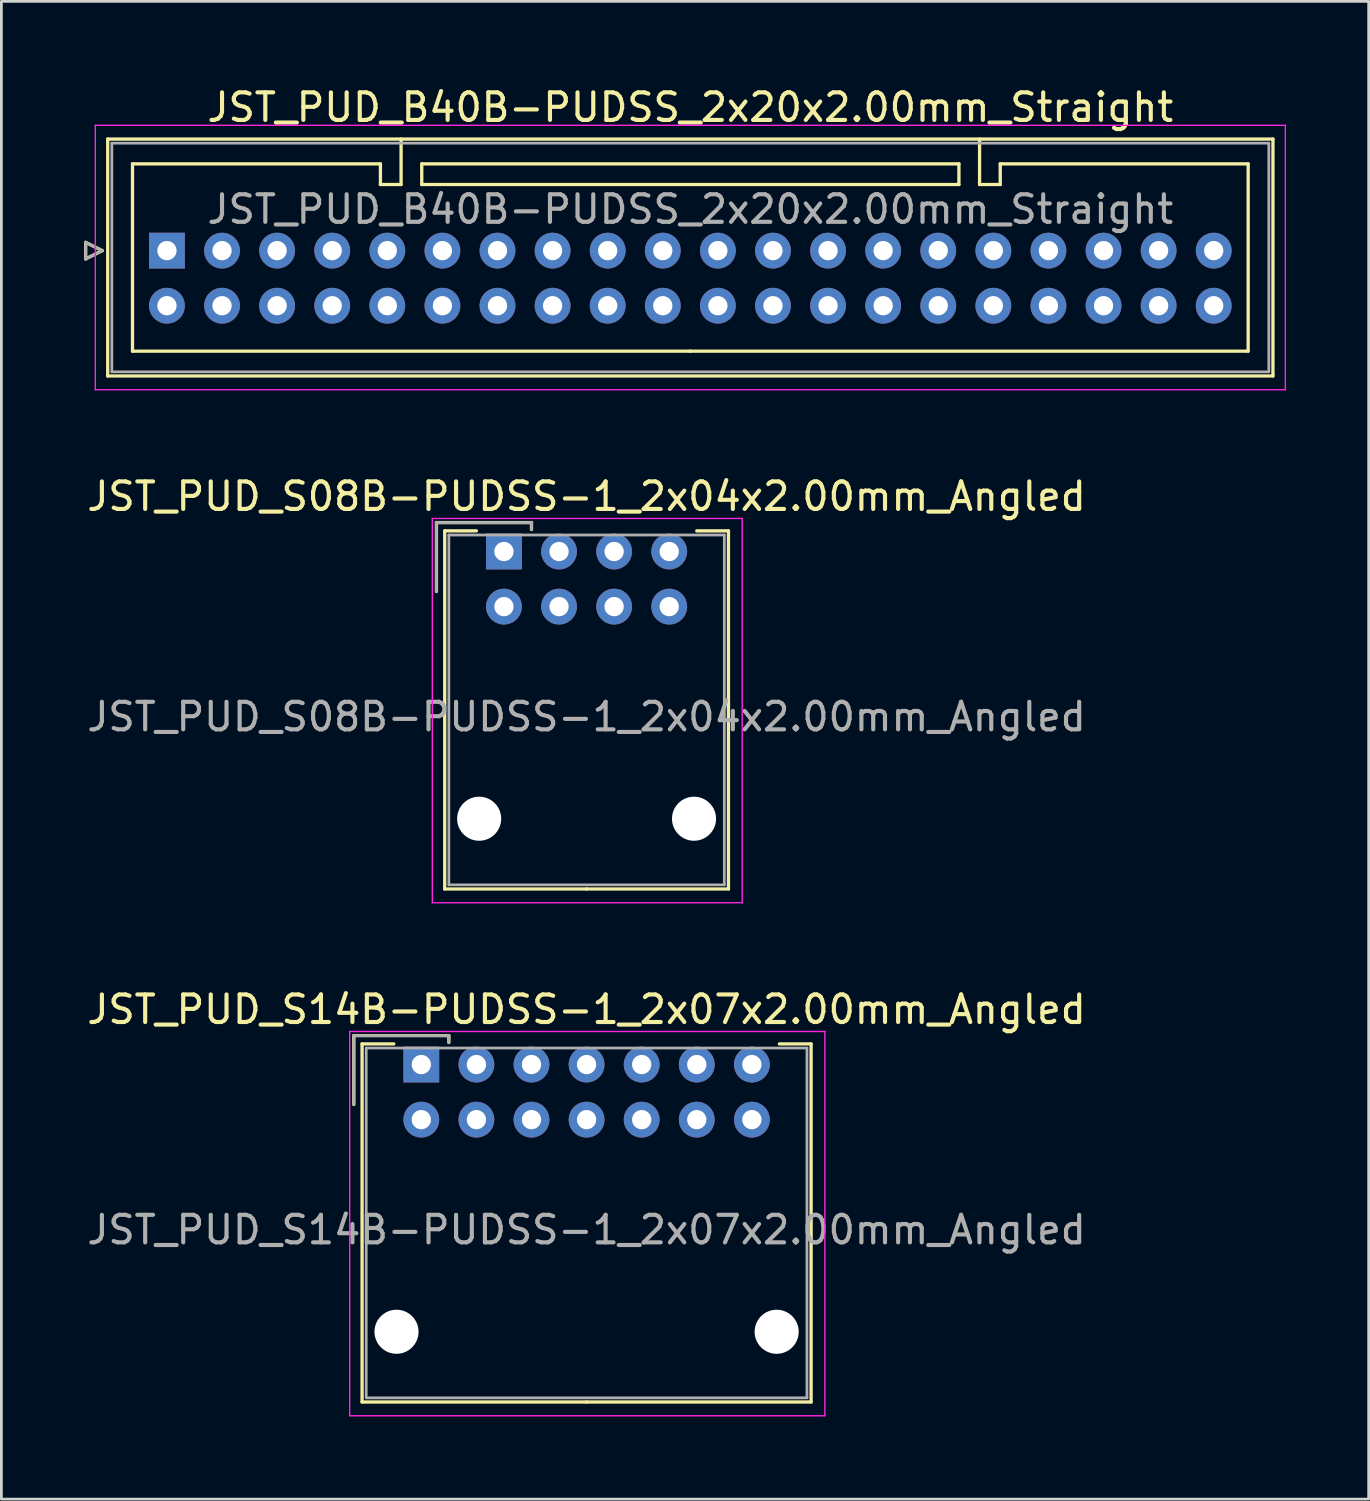
<source format=kicad_pcb>
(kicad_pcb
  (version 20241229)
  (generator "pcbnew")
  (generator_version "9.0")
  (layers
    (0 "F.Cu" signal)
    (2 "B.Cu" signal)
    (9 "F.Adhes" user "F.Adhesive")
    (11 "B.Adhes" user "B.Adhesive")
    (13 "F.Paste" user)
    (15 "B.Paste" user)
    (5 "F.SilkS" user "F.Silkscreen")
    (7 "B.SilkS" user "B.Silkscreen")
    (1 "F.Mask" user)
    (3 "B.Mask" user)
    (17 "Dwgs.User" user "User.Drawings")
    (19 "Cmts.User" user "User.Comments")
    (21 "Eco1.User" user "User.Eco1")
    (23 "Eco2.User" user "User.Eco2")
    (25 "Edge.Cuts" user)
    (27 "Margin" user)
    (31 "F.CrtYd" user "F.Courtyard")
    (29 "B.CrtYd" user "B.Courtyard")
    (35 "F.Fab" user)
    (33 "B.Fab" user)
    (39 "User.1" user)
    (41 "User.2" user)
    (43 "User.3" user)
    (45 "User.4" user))
  (footprint "JST_PUD_B40B-PUDSS_2x20x2.00mm_Straight"
    (layer "F.Cu")
    (at 3.01 6.048)
    (property "Reference" "JST_PUD_B40B-PUDSS_2x20x2.00mm_Straight" (at 19 -5.2 0) (layer "F.SilkS") (effects (font (size 1 1) (thickness 0.15))))
    (attr through_hole)
    (fp_line (start -2.95 -0.3) (end -2.35 0) (stroke (width 0.12) (type solid)) (layer "F.SilkS"))
    (fp_line (start -2.95 0.3) (end -2.95 -0.3) (stroke (width 0.12) (type solid)) (layer "F.SilkS"))
    (fp_line (start -2.35 0) (end -2.95 0.3) (stroke (width 0.12) (type solid)) (layer "F.SilkS"))
    (fp_line (start -2.15 -4.05) (end -2.15 4.55) (stroke (width 0.12) (type solid)) (layer "F.SilkS"))
    (fp_line (start -2.15 4.55) (end 40.15 4.55) (stroke (width 0.12) (type solid)) (layer "F.SilkS"))
    (fp_line (start -1.25 -3.15) (end -1.25 3.65) (stroke (width 0.12) (type solid)) (layer "F.SilkS"))
    (fp_line (start -1.25 3.65) (end 19 3.65) (stroke (width 0.12) (type solid)) (layer "F.SilkS"))
    (fp_line (start 7.75 -3.15) (end -1.25 -3.15) (stroke (width 0.12) (type solid)) (layer "F.SilkS"))
    (fp_line (start 7.75 -2.4) (end 7.75 -3.15) (stroke (width 0.12) (type solid)) (layer "F.SilkS"))
    (fp_line (start 8.5 -4.05) (end 8.5 -2.4) (stroke (width 0.12) (type solid)) (layer "F.SilkS"))
    (fp_line (start 8.5 -2.4) (end 7.75 -2.4) (stroke (width 0.12) (type solid)) (layer "F.SilkS"))
    (fp_line (start 9.25 -3.15) (end 9.25 -2.4) (stroke (width 0.12) (type solid)) (layer "F.SilkS"))
    (fp_line (start 9.25 -2.4) (end 28.75 -2.4) (stroke (width 0.12) (type solid)) (layer "F.SilkS"))
    (fp_line (start 28.75 -3.15) (end 9.25 -3.15) (stroke (width 0.12) (type solid)) (layer "F.SilkS"))
    (fp_line (start 28.75 -2.4) (end 28.75 -3.15) (stroke (width 0.12) (type solid)) (layer "F.SilkS"))
    (fp_line (start 29.5 -4.05) (end 29.5 -2.4) (stroke (width 0.12) (type solid)) (layer "F.SilkS"))
    (fp_line (start 29.5 -2.4) (end 30.25 -2.4) (stroke (width 0.12) (type solid)) (layer "F.SilkS"))
    (fp_line (start 30.25 -3.15) (end 39.25 -3.15) (stroke (width 0.12) (type solid)) (layer "F.SilkS"))
    (fp_line (start 30.25 -2.4) (end 30.25 -3.15) (stroke (width 0.12) (type solid)) (layer "F.SilkS"))
    (fp_line (start 39.25 -3.15) (end 39.25 3.65) (stroke (width 0.12) (type solid)) (layer "F.SilkS"))
    (fp_line (start 39.25 3.65) (end 19 3.65) (stroke (width 0.12) (type solid)) (layer "F.SilkS"))
    (fp_line (start 40.15 -4.05) (end -2.15 -4.05) (stroke (width 0.12) (type solid)) (layer "F.SilkS"))
    (fp_line (start 40.15 4.55) (end 40.15 -4.05) (stroke (width 0.12) (type solid)) (layer "F.SilkS"))
    (fp_line (start -2.6 -4.55) (end -2.6 5.05) (stroke (width 0.05) (type solid)) (layer "F.CrtYd"))
    (fp_line (start -2.6 5.05) (end 40.6 5.05) (stroke (width 0.05) (type solid)) (layer "F.CrtYd"))
    (fp_line (start 40.6 -4.55) (end -2.6 -4.55) (stroke (width 0.05) (type solid)) (layer "F.CrtYd"))
    (fp_line (start 40.6 5.05) (end 40.6 -4.55) (stroke (width 0.05) (type solid)) (layer "F.CrtYd"))
    (fp_line (start -2.95 -0.3) (end -2.35 0) (stroke (width 0.1) (type solid)) (layer "F.Fab"))
    (fp_line (start -2.95 0.3) (end -2.95 -0.3) (stroke (width 0.1) (type solid)) (layer "F.Fab"))
    (fp_line (start -2.35 0) (end -2.95 0.3) (stroke (width 0.1) (type solid)) (layer "F.Fab"))
    (fp_line (start -2 -3.9) (end -2 4.4) (stroke (width 0.1) (type solid)) (layer "F.Fab"))
    (fp_line (start -2 4.4) (end 40 4.4) (stroke (width 0.1) (type solid)) (layer "F.Fab"))
    (fp_line (start 40 -3.9) (end -2 -3.9) (stroke (width 0.1) (type solid)) (layer "F.Fab"))
    (fp_line (start 40 4.4) (end 40 -3.9) (stroke (width 0.1) (type solid)) (layer "F.Fab"))
    (fp_text user "${REFERENCE}" (at 19 -1.5 0) (layer "F.Fab") (effects (font (size 1 1) (thickness 0.15))))
    (pad "1" thru_hole rect (at 0 0) (size 1.3 1.3) (drill 0.7) (layers "*.Cu" "*.Mask"))
    (pad "2" thru_hole circle (at 0 2) (size 1.3 1.3) (drill 0.7) (layers "*.Cu" "*.Mask"))
    (pad "3" thru_hole circle (at 2 0) (size 1.3 1.3) (drill 0.7) (layers "*.Cu" "*.Mask"))
    (pad "4" thru_hole circle (at 2 2) (size 1.3 1.3) (drill 0.7) (layers "*.Cu" "*.Mask"))
    (pad "5" thru_hole circle (at 4 0) (size 1.3 1.3) (drill 0.7) (layers "*.Cu" "*.Mask"))
    (pad "6" thru_hole circle (at 4 2) (size 1.3 1.3) (drill 0.7) (layers "*.Cu" "*.Mask"))
    (pad "7" thru_hole circle (at 6 0) (size 1.3 1.3) (drill 0.7) (layers "*.Cu" "*.Mask"))
    (pad "8" thru_hole circle (at 6 2) (size 1.3 1.3) (drill 0.7) (layers "*.Cu" "*.Mask"))
    (pad "9" thru_hole circle (at 8 0) (size 1.3 1.3) (drill 0.7) (layers "*.Cu" "*.Mask"))
    (pad "10" thru_hole circle (at 8 2) (size 1.3 1.3) (drill 0.7) (layers "*.Cu" "*.Mask"))
    (pad "11" thru_hole circle (at 10 0) (size 1.3 1.3) (drill 0.7) (layers "*.Cu" "*.Mask"))
    (pad "12" thru_hole circle (at 10 2) (size 1.3 1.3) (drill 0.7) (layers "*.Cu" "*.Mask"))
    (pad "13" thru_hole circle (at 12 0) (size 1.3 1.3) (drill 0.7) (layers "*.Cu" "*.Mask"))
    (pad "14" thru_hole circle (at 12 2) (size 1.3 1.3) (drill 0.7) (layers "*.Cu" "*.Mask"))
    (pad "15" thru_hole circle (at 14 0) (size 1.3 1.3) (drill 0.7) (layers "*.Cu" "*.Mask"))
    (pad "16" thru_hole circle (at 14 2) (size 1.3 1.3) (drill 0.7) (layers "*.Cu" "*.Mask"))
    (pad "17" thru_hole circle (at 16 0) (size 1.3 1.3) (drill 0.7) (layers "*.Cu" "*.Mask"))
    (pad "18" thru_hole circle (at 16 2) (size 1.3 1.3) (drill 0.7) (layers "*.Cu" "*.Mask"))
    (pad "19" thru_hole circle (at 18 0) (size 1.3 1.3) (drill 0.7) (layers "*.Cu" "*.Mask"))
    (pad "20" thru_hole circle (at 18 2) (size 1.3 1.3) (drill 0.7) (layers "*.Cu" "*.Mask"))
    (pad "21" thru_hole circle (at 20 0) (size 1.3 1.3) (drill 0.7) (layers "*.Cu" "*.Mask"))
    (pad "22" thru_hole circle (at 20 2) (size 1.3 1.3) (drill 0.7) (layers "*.Cu" "*.Mask"))
    (pad "23" thru_hole circle (at 22 0) (size 1.3 1.3) (drill 0.7) (layers "*.Cu" "*.Mask"))
    (pad "24" thru_hole circle (at 22 2) (size 1.3 1.3) (drill 0.7) (layers "*.Cu" "*.Mask"))
    (pad "25" thru_hole circle (at 24 0) (size 1.3 1.3) (drill 0.7) (layers "*.Cu" "*.Mask"))
    (pad "26" thru_hole circle (at 24 2) (size 1.3 1.3) (drill 0.7) (layers "*.Cu" "*.Mask"))
    (pad "27" thru_hole circle (at 26 0) (size 1.3 1.3) (drill 0.7) (layers "*.Cu" "*.Mask"))
    (pad "28" thru_hole circle (at 26 2) (size 1.3 1.3) (drill 0.7) (layers "*.Cu" "*.Mask"))
    (pad "29" thru_hole circle (at 28 0) (size 1.3 1.3) (drill 0.7) (layers "*.Cu" "*.Mask"))
    (pad "30" thru_hole circle (at 28 2) (size 1.3 1.3) (drill 0.7) (layers "*.Cu" "*.Mask"))
    (pad "31" thru_hole circle (at 30 0) (size 1.3 1.3) (drill 0.7) (layers "*.Cu" "*.Mask"))
    (pad "32" thru_hole circle (at 30 2) (size 1.3 1.3) (drill 0.7) (layers "*.Cu" "*.Mask"))
    (pad "33" thru_hole circle (at 32 0) (size 1.3 1.3) (drill 0.7) (layers "*.Cu" "*.Mask"))
    (pad "34" thru_hole circle (at 32 2) (size 1.3 1.3) (drill 0.7) (layers "*.Cu" "*.Mask"))
    (pad "35" thru_hole circle (at 34 0) (size 1.3 1.3) (drill 0.7) (layers "*.Cu" "*.Mask"))
    (pad "36" thru_hole circle (at 34 2) (size 1.3 1.3) (drill 0.7) (layers "*.Cu" "*.Mask"))
    (pad "37" thru_hole circle (at 36 0) (size 1.3 1.3) (drill 0.7) (layers "*.Cu" "*.Mask"))
    (pad "38" thru_hole circle (at 36 2) (size 1.3 1.3) (drill 0.7) (layers "*.Cu" "*.Mask"))
    (pad "39" thru_hole circle (at 38 0) (size 1.3 1.3) (drill 0.7) (layers "*.Cu" "*.Mask"))
    (pad "40" thru_hole circle (at 38 2) (size 1.3 1.3) (drill 0.7) (layers "*.Cu" "*.Mask")))
  (footprint "JST_PUD_S08B-PUDSS-1_2x04x2.00mm_Angled"
    (layer "F.Cu")
    (at 15.244 16.971)
    (property "Reference" "JST_PUD_S08B-PUDSS-1_2x04x2.00mm_Angled" (at 3 -2 0) (layer "F.SilkS") (effects (font (size 1 1) (thickness 0.15))))
    (attr through_hole)
    (fp_line (start -2.45 -1.05) (end -2.45 1.45) (stroke (width 0.12) (type solid)) (layer "F.SilkS"))
    (fp_line (start -2.15 -0.75) (end -2.15 12.25) (stroke (width 0.12) (type solid)) (layer "F.SilkS"))
    (fp_line (start -2.15 12.25) (end 3 12.25) (stroke (width 0.12) (type solid)) (layer "F.SilkS"))
    (fp_line (start -1 -0.75) (end -2.15 -0.75) (stroke (width 0.12) (type solid)) (layer "F.SilkS"))
    (fp_line (start 1 -1.05) (end -2.45 -1.05) (stroke (width 0.12) (type solid)) (layer "F.SilkS"))
    (fp_line (start 1 -0.8) (end 1 -1.05) (stroke (width 0.12) (type solid)) (layer "F.SilkS"))
    (fp_line (start 7 -0.75) (end 8.15 -0.75) (stroke (width 0.12) (type solid)) (layer "F.SilkS"))
    (fp_line (start 8.15 -0.75) (end 8.15 12.25) (stroke (width 0.12) (type solid)) (layer "F.SilkS"))
    (fp_line (start 8.15 12.25) (end 3 12.25) (stroke (width 0.12) (type solid)) (layer "F.SilkS"))
    (fp_line (start -2.6 -1.2) (end -2.6 12.75) (stroke (width 0.05) (type solid)) (layer "F.CrtYd"))
    (fp_line (start -2.6 12.75) (end 8.65 12.75) (stroke (width 0.05) (type solid)) (layer "F.CrtYd"))
    (fp_line (start 8.65 -1.2) (end -2.6 -1.2) (stroke (width 0.05) (type solid)) (layer "F.CrtYd"))
    (fp_line (start 8.65 12.75) (end 8.65 -1.2) (stroke (width 0.05) (type solid)) (layer "F.CrtYd"))
    (fp_line (start -2.45 -1.05) (end -2.45 1.45) (stroke (width 0.1) (type solid)) (layer "F.Fab"))
    (fp_line (start -2 -0.6) (end -2 12.1) (stroke (width 0.1) (type solid)) (layer "F.Fab"))
    (fp_line (start -2 12.1) (end 8 12.1) (stroke (width 0.1) (type solid)) (layer "F.Fab"))
    (fp_line (start 1 -1.05) (end -2.45 -1.05) (stroke (width 0.1) (type solid)) (layer "F.Fab"))
    (fp_line (start 1 -0.8) (end 1 -1.05) (stroke (width 0.1) (type solid)) (layer "F.Fab"))
    (fp_line (start 8 -0.6) (end -2 -0.6) (stroke (width 0.1) (type solid)) (layer "F.Fab"))
    (fp_line (start 8 12.1) (end 8 -0.6) (stroke (width 0.1) (type solid)) (layer "F.Fab"))
    (fp_text user "${REFERENCE}" (at 3 6 0) (layer "F.Fab") (effects (font (size 1 1) (thickness 0.15))))
    (pad "" np_thru_hole circle (at -0.9 9.7) (size 1.6 1.6) (drill 1.6) (layers "*.Cu"))
    (pad "" np_thru_hole circle (at 6.9 9.7) (size 1.6 1.6) (drill 1.6) (layers "*.Cu"))
    (pad "1" thru_hole rect (at 0 0) (size 1.3 1.3) (drill 0.7) (layers "*.Cu" "*.Mask"))
    (pad "2" thru_hole circle (at 0 2) (size 1.3 1.3) (drill 0.7) (layers "*.Cu" "*.Mask"))
    (pad "3" thru_hole circle (at 2 0) (size 1.3 1.3) (drill 0.7) (layers "*.Cu" "*.Mask"))
    (pad "4" thru_hole circle (at 2 2) (size 1.3 1.3) (drill 0.7) (layers "*.Cu" "*.Mask"))
    (pad "5" thru_hole circle (at 4 0) (size 1.3 1.3) (drill 0.7) (layers "*.Cu" "*.Mask"))
    (pad "6" thru_hole circle (at 4 2) (size 1.3 1.3) (drill 0.7) (layers "*.Cu" "*.Mask"))
    (pad "7" thru_hole circle (at 6 0) (size 1.3 1.3) (drill 0.7) (layers "*.Cu" "*.Mask"))
    (pad "8" thru_hole circle (at 6 2) (size 1.3 1.3) (drill 0.7) (layers "*.Cu" "*.Mask")))
  (footprint "JST_PUD_S14B-PUDSS-1_2x07x2.00mm_Angled"
    (layer "F.Cu")
    (at 12.244 35.595)
    (property "Reference" "JST_PUD_S14B-PUDSS-1_2x07x2.00mm_Angled" (at 6 -2 0) (layer "F.SilkS") (effects (font (size 1 1) (thickness 0.15))))
    (attr through_hole)
    (fp_line (start -2.45 -1.05) (end -2.45 1.45) (stroke (width 0.12) (type solid)) (layer "F.SilkS"))
    (fp_line (start -2.15 -0.75) (end -2.15 12.25) (stroke (width 0.12) (type solid)) (layer "F.SilkS"))
    (fp_line (start -2.15 12.25) (end 6 12.25) (stroke (width 0.12) (type solid)) (layer "F.SilkS"))
    (fp_line (start -1 -0.75) (end -2.15 -0.75) (stroke (width 0.12) (type solid)) (layer "F.SilkS"))
    (fp_line (start 1 -1.05) (end -2.45 -1.05) (stroke (width 0.12) (type solid)) (layer "F.SilkS"))
    (fp_line (start 1 -0.8) (end 1 -1.05) (stroke (width 0.12) (type solid)) (layer "F.SilkS"))
    (fp_line (start 13 -0.75) (end 14.15 -0.75) (stroke (width 0.12) (type solid)) (layer "F.SilkS"))
    (fp_line (start 14.15 -0.75) (end 14.15 12.25) (stroke (width 0.12) (type solid)) (layer "F.SilkS"))
    (fp_line (start 14.15 12.25) (end 6 12.25) (stroke (width 0.12) (type solid)) (layer "F.SilkS"))
    (fp_line (start -2.6 -1.2) (end -2.6 12.75) (stroke (width 0.05) (type solid)) (layer "F.CrtYd"))
    (fp_line (start -2.6 12.75) (end 14.65 12.75) (stroke (width 0.05) (type solid)) (layer "F.CrtYd"))
    (fp_line (start 14.65 -1.2) (end -2.6 -1.2) (stroke (width 0.05) (type solid)) (layer "F.CrtYd"))
    (fp_line (start 14.65 12.75) (end 14.65 -1.2) (stroke (width 0.05) (type solid)) (layer "F.CrtYd"))
    (fp_line (start -2.45 -1.05) (end -2.45 1.45) (stroke (width 0.1) (type solid)) (layer "F.Fab"))
    (fp_line (start -2 -0.6) (end -2 12.1) (stroke (width 0.1) (type solid)) (layer "F.Fab"))
    (fp_line (start -2 12.1) (end 14 12.1) (stroke (width 0.1) (type solid)) (layer "F.Fab"))
    (fp_line (start 1 -1.05) (end -2.45 -1.05) (stroke (width 0.1) (type solid)) (layer "F.Fab"))
    (fp_line (start 1 -0.8) (end 1 -1.05) (stroke (width 0.1) (type solid)) (layer "F.Fab"))
    (fp_line (start 14 -0.6) (end -2 -0.6) (stroke (width 0.1) (type solid)) (layer "F.Fab"))
    (fp_line (start 14 12.1) (end 14 -0.6) (stroke (width 0.1) (type solid)) (layer "F.Fab"))
    (fp_text user "${REFERENCE}" (at 6 6 0) (layer "F.Fab") (effects (font (size 1 1) (thickness 0.15))))
    (pad "" np_thru_hole circle (at -0.9 9.7) (size 1.6 1.6) (drill 1.6) (layers "*.Cu"))
    (pad "" np_thru_hole circle (at 12.9 9.7) (size 1.6 1.6) (drill 1.6) (layers "*.Cu"))
    (pad "1" thru_hole rect (at 0 0) (size 1.3 1.3) (drill 0.7) (layers "*.Cu" "*.Mask"))
    (pad "2" thru_hole circle (at 0 2) (size 1.3 1.3) (drill 0.7) (layers "*.Cu" "*.Mask"))
    (pad "3" thru_hole circle (at 2 0) (size 1.3 1.3) (drill 0.7) (layers "*.Cu" "*.Mask"))
    (pad "4" thru_hole circle (at 2 2) (size 1.3 1.3) (drill 0.7) (layers "*.Cu" "*.Mask"))
    (pad "5" thru_hole circle (at 4 0) (size 1.3 1.3) (drill 0.7) (layers "*.Cu" "*.Mask"))
    (pad "6" thru_hole circle (at 4 2) (size 1.3 1.3) (drill 0.7) (layers "*.Cu" "*.Mask"))
    (pad "7" thru_hole circle (at 6 0) (size 1.3 1.3) (drill 0.7) (layers "*.Cu" "*.Mask"))
    (pad "8" thru_hole circle (at 6 2) (size 1.3 1.3) (drill 0.7) (layers "*.Cu" "*.Mask"))
    (pad "9" thru_hole circle (at 8 0) (size 1.3 1.3) (drill 0.7) (layers "*.Cu" "*.Mask"))
    (pad "10" thru_hole circle (at 8 2) (size 1.3 1.3) (drill 0.7) (layers "*.Cu" "*.Mask"))
    (pad "11" thru_hole circle (at 10 0) (size 1.3 1.3) (drill 0.7) (layers "*.Cu" "*.Mask"))
    (pad "12" thru_hole circle (at 10 2) (size 1.3 1.3) (drill 0.7) (layers "*.Cu" "*.Mask"))
    (pad "13" thru_hole circle (at 12 0) (size 1.3 1.3) (drill 0.7) (layers "*.Cu" "*.Mask"))
    (pad "14" thru_hole circle (at 12 2) (size 1.3 1.3) (drill 0.7) (layers "*.Cu" "*.Mask")))
  (gr_rect
    (start -3 -3)
    (end 46.635 51.37)
    (stroke (width 0.1) (type default))
    (fill no)
    (layer "Edge.Cuts")))
</source>
